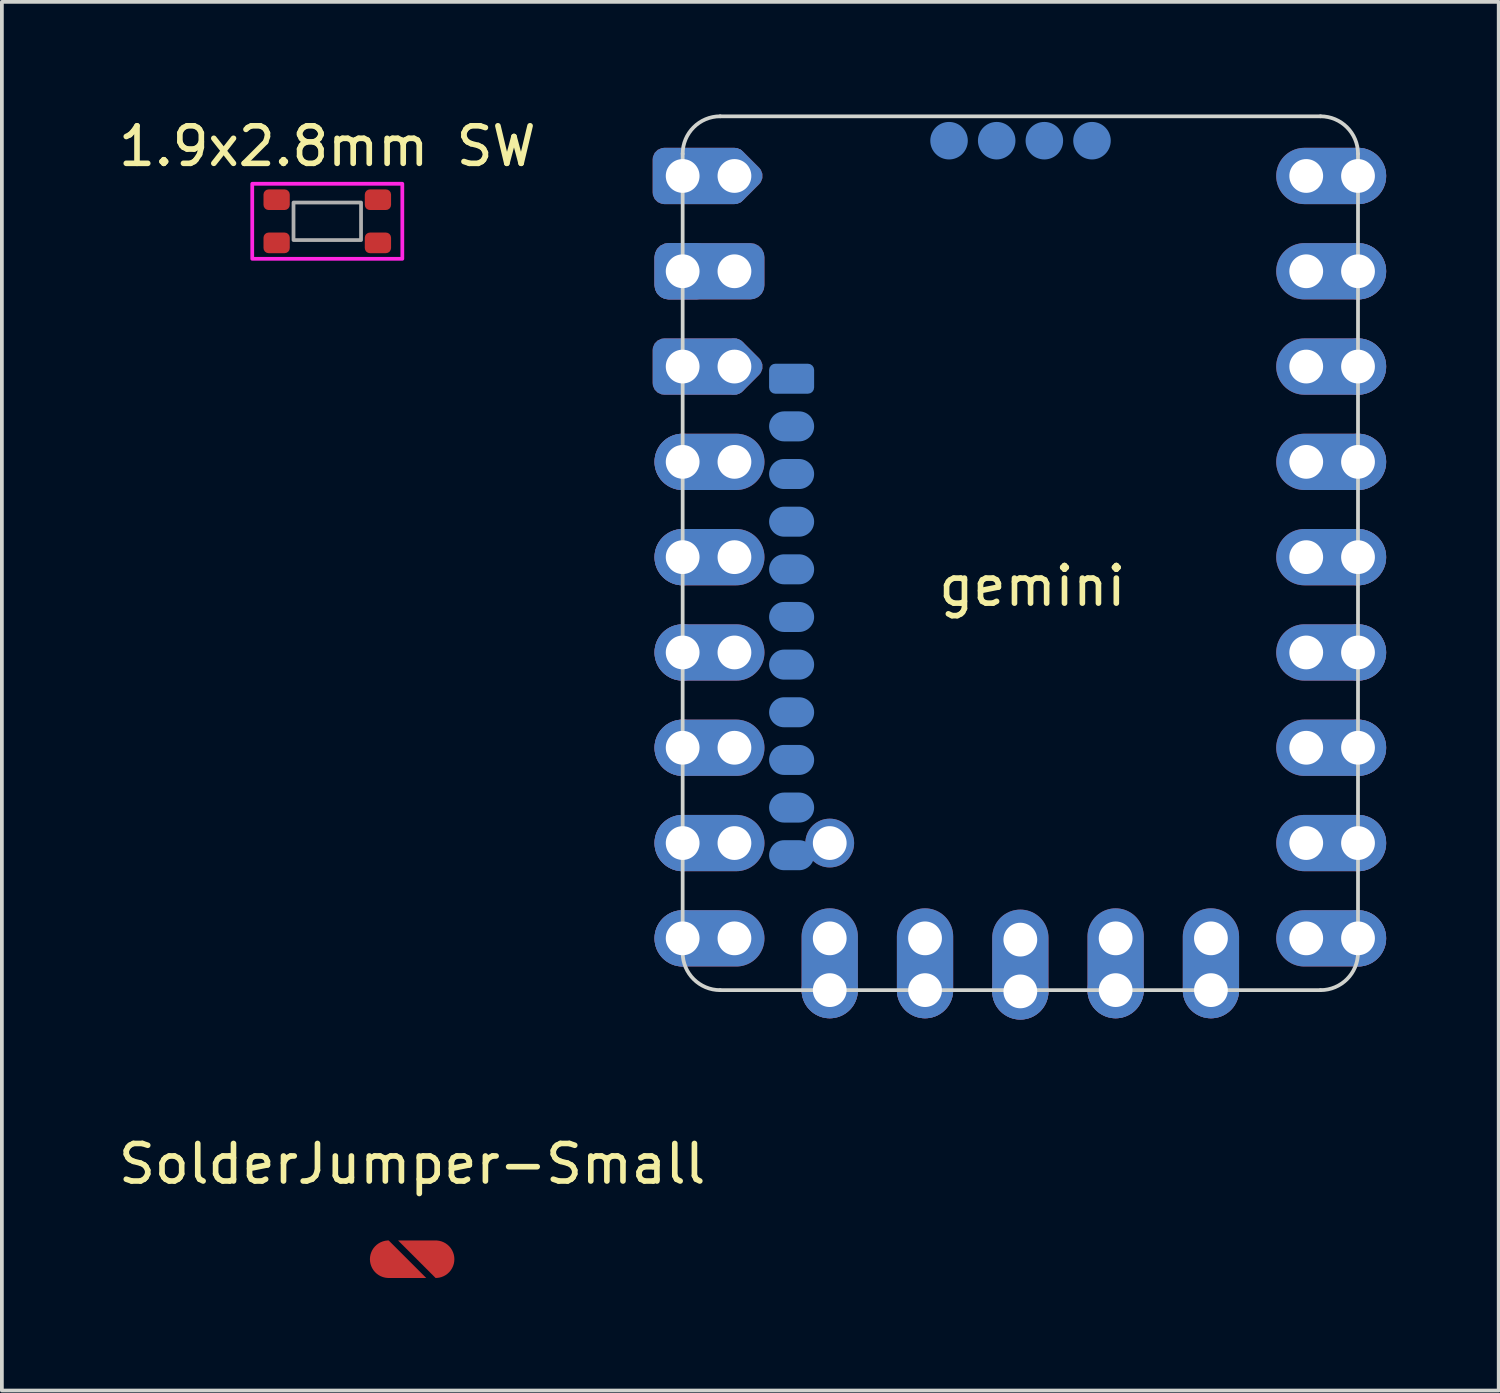
<source format=kicad_pcb>
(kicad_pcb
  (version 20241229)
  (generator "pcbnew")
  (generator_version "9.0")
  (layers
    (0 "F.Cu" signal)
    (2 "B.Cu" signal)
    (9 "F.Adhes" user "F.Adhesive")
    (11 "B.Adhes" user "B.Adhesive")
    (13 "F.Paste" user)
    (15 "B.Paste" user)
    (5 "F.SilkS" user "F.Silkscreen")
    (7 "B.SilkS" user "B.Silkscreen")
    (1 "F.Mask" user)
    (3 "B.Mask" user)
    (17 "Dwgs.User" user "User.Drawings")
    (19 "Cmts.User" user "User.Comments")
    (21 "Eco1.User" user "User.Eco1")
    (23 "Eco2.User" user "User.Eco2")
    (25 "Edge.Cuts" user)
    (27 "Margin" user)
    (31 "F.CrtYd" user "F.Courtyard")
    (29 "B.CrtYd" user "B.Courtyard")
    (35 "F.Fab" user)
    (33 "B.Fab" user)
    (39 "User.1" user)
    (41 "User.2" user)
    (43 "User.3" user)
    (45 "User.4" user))
  (footprint "1.9x2.8mm SW"
    (layer "F.Cu")
    (at 5.673 2.848)
    (property "Reference" "1.9x2.8mm SW" (at 0 -2 0) (unlocked yes) (layer "F.SilkS") (effects (font (size 1 1) (thickness 0.15))))
    (attr smd)
    (fp_rect (start -2 -1) (end 2 1) (stroke (width 0.1) (type solid)) (fill no) (layer "F.CrtYd"))
    (fp_rect (start -0.9 0.5) (end 0.9 -0.5) (stroke (width 0.1) (type solid)) (fill no) (layer "F.Fab"))
    (pad "1" smd roundrect (at -1.35 -0.575) (size 0.7 0.55) (layers "F.Cu" "F.Mask" "F.Paste") (roundrect_rratio 0.25))
    (pad "1" smd roundrect (at 1.35 -0.575) (size 0.7 0.55) (layers "F.Cu" "F.Mask" "F.Paste") (roundrect_rratio 0.25))
    (pad "2" smd roundrect (at -1.35 0.575) (size 0.7 0.55) (layers "F.Cu" "F.Mask" "F.Paste") (roundrect_rratio 0.25))
    (pad "2" smd roundrect (at 1.35 0.575) (size 0.7 0.55) (layers "F.Cu" "F.Mask" "F.Paste") (roundrect_rratio 0.25)))
  (footprint "SolderJumper-Small"
    (layer "F.Cu")
    (at 7.935 30.512)
    (property "Reference" "SolderJumper-Small" (at 0 -2.54 0) (layer "F.SilkS") (effects (font (size 1 1) (thickness 0.15))))
    (attr exclude_from_pos_files exclude_from_bom)
    (pad "1" smd custom (at -0.75 0) (size 0.5 0.5) (layers "F.Cu" "F.Mask") (options (anchor circle)) (primitives (gr_poly (pts (arc (start 0.125 -0.5) (mid -0.375 0) (end 0.125 0.5)) (xy 1.125 0.5)) (width 0) (fill yes))))
    (pad "2" smd custom (at 0.75 0) (size 0.5 0.5) (layers "F.Cu" "F.Mask") (options (anchor circle)) (primitives (gr_poly (pts (arc (start -0.125 0.5) (mid 0.375 0) (end -0.125 -0.5)) (xy -1.125 -0.5)) (width 0) (fill yes)))))
  (footprint "gemini"
    (layer "F.Cu")
    (at 24.145 13.18)
    (property "Reference" "gemini" (at 0.32 -0.61 0) (unlocked yes) (layer "F.SilkS") (effects (font (size 1 1) (thickness 0.15))))
    (attr through_hole exclude_from_pos_files exclude_from_bom)
    (fp_line (start -9 9.16) (end -9 -12.13) (stroke (width 0.1) (type default)) (layer "Edge.Cuts"))
    (fp_line (start -8 -13.13) (end 8 -13.13) (stroke (width 0.1) (type default)) (layer "Edge.Cuts"))
    (fp_line (start -8 10.16) (end 8 10.16) (stroke (width 0.1) (type default)) (layer "Edge.Cuts"))
    (fp_line (start 9 9.16) (end 9 -12.13) (stroke (width 0.1) (type default)) (layer "Edge.Cuts"))
    (fp_arc (start -9 -12.13) (mid -8.707107 -12.837107) (end -8 -13.13) (stroke (width 0.1) (type default)) (layer "Edge.Cuts"))
    (fp_arc (start -8 10.16) (mid -8.707107 9.867107) (end -9 9.16) (stroke (width 0.1) (type default)) (layer "Edge.Cuts"))
    (fp_arc (start 8 -13.13) (mid 8.707107 -12.837107) (end 9 -12.13) (stroke (width 0.1) (type default)) (layer "Edge.Cuts"))
    (fp_arc (start 9 9.16) (mid 8.707107 9.867107) (end 8 10.16) (stroke (width 0.1) (type default)) (layer "Edge.Cuts"))
    (pad "0" thru_hole oval (at 7.62 -11.54 180) (size 2.93 1.5) (drill 0.9 (offset -0.665 0)) (layers "*.Cu" "*.Mask"))
    (pad "0" thru_hole circle (at 9 -11.54) (size 1.5 1.5) (drill 0.9) (property pad_prop_castellated) (layers "*.Cu" "*.Mask"))
    (pad "1" thru_hole oval (at 7.62 -9 180) (size 2.93 1.5) (drill 0.9 (offset -0.665 0)) (layers "*.Cu" "*.Mask"))
    (pad "1" thru_hole circle (at 9 -9) (size 1.5 1.5) (drill 0.9) (property pad_prop_castellated) (layers "*.Cu" "*.Mask"))
    (pad "2" thru_hole oval (at 7.62 -6.46 180) (size 2.93 1.5) (drill 0.9 (offset -0.665 0)) (layers "*.Cu" "*.Mask"))
    (pad "2" thru_hole circle (at 9 -6.46) (size 1.5 1.5) (drill 0.9) (property pad_prop_castellated) (layers "*.Cu" "*.Mask"))
    (pad "3" thru_hole oval (at 7.62 -3.92 180) (size 2.93 1.5) (drill 0.9 (offset -0.665 0)) (layers "*.Cu" "*.Mask"))
    (pad "3" thru_hole circle (at 9 -3.92) (size 1.5 1.5) (drill 0.9) (property pad_prop_castellated) (layers "*.Cu" "*.Mask"))
    (pad "4" thru_hole oval (at 7.62 -1.38 180) (size 2.93 1.5) (drill 0.9 (offset -0.665 0)) (layers "*.Cu" "*.Mask"))
    (pad "4" thru_hole circle (at 9 -1.38) (size 1.5 1.5) (drill 0.9) (property pad_prop_castellated) (layers "*.Cu" "*.Mask"))
    (pad "5" thru_hole oval (at 7.62 1.16 180) (size 2.93 1.5) (drill 0.9 (offset -0.665 0)) (layers "*.Cu" "*.Mask"))
    (pad "5" thru_hole circle (at 9 1.16) (size 1.5 1.5) (drill 0.9) (property pad_prop_castellated) (layers "*.Cu" "*.Mask"))
    (pad "6" thru_hole oval (at 7.62 3.7 180) (size 2.93 1.5) (drill 0.9 (offset -0.665 0)) (layers "*.Cu" "*.Mask"))
    (pad "6" thru_hole circle (at 9 3.7) (size 1.5 1.5) (drill 0.9) (property pad_prop_castellated) (layers "*.Cu" "*.Mask"))
    (pad "7" thru_hole oval (at 7.62 6.24 180) (size 2.93 1.5) (drill 0.9 (offset -0.665 0)) (layers "*.Cu" "*.Mask"))
    (pad "7" thru_hole circle (at 9 6.24) (size 1.5 1.5) (drill 0.9) (property pad_prop_castellated) (layers "*.Cu" "*.Mask"))
    (pad "8" thru_hole oval (at 7.62 8.78 180) (size 2.93 1.5) (drill 0.9 (offset -0.665 0)) (layers "*.Cu" "*.Mask"))
    (pad "8" thru_hole circle (at 9 8.78) (size 1.5 1.5) (drill 0.9) (property pad_prop_castellated) (layers "*.Cu" "*.Mask"))
    (pad "9" thru_hole oval (at 5.08 8.78 90) (size 2.93 1.5) (drill 0.9 (offset -0.665 0)) (layers "*.Cu" "*.Mask"))
    (pad "9" thru_hole circle (at 5.08 10.16 270) (size 1.5 1.5) (drill 0.9) (property pad_prop_castellated) (layers "*.Cu" "*.Mask"))
    (pad "10" thru_hole oval (at 2.54 8.78 90) (size 2.93 1.5) (drill 0.9 (offset -0.665 0)) (layers "*.Cu" "*.Mask"))
    (pad "10" thru_hole circle (at 2.54 10.16 270) (size 1.5 1.5) (drill 0.9) (property pad_prop_castellated) (layers "*.Cu" "*.Mask"))
    (pad "11" thru_hole oval (at 0 8.814 90) (size 2.93 1.5) (drill 0.9 (offset -0.665 0)) (layers "*.Cu" "*.Mask"))
    (pad "11" thru_hole circle (at 0 10.194 270) (size 1.5 1.5) (drill 0.9) (property pad_prop_castellated) (layers "*.Cu" "*.Mask"))
    (pad "12" thru_hole oval (at -2.54 8.78 90) (size 2.93 1.5) (drill 0.9 (offset -0.665 0)) (layers "*.Cu" "*.Mask"))
    (pad "12" thru_hole circle (at -2.54 10.16 270) (size 1.5 1.5) (drill 0.9) (property pad_prop_castellated) (layers "*.Cu" "*.Mask"))
    (pad "13" thru_hole oval (at -5.08 8.78 90) (size 2.93 1.5) (drill 0.9 (offset -0.665 0)) (layers "*.Cu" "*.Mask"))
    (pad "13" thru_hole circle (at -5.08 10.16 270) (size 1.5 1.5) (drill 0.9) (property pad_prop_castellated) (layers "*.Cu" "*.Mask"))
    (pad "14" thru_hole circle (at -9 8.78 180) (size 1.5 1.5) (drill 0.9) (property pad_prop_castellated) (layers "*.Cu" "*.Mask"))
    (pad "14" thru_hole oval (at -7.62 8.78) (size 2.93 1.5) (drill 0.9 (offset -0.665 0)) (layers "*.Cu" "*.Mask"))
    (pad "15" thru_hole circle (at -9 6.24 180) (size 1.5 1.5) (drill 0.9) (property pad_prop_castellated) (layers "*.Cu" "*.Mask"))
    (pad "15" thru_hole oval (at -7.62 6.24) (size 2.93 1.5) (drill 0.9 (offset -0.665 0)) (layers "*.Cu" "*.Mask"))
    (pad "16" smd oval (at -6.096 6.564) (size 1.2 0.8) (layers "B.Cu" "B.Mask" "B.Paste"))
    (pad "16" thru_hole circle (at -5.08 6.24 270) (size 1.3 1.3) (drill 0.9) (property pad_prop_castellated) (layers "*.Cu" "*.Mask"))
    (pad "17" smd oval (at -6.096 5.294) (size 1.2 0.8) (layers "B.Cu" "B.Mask" "B.Paste"))
    (pad "18" smd oval (at -6.096 4.024) (size 1.2 0.8) (layers "B.Cu" "B.Mask" "B.Paste"))
    (pad "19" smd oval (at -6.096 2.754) (size 1.2 0.8) (layers "B.Cu" "B.Mask" "B.Paste"))
    (pad "20" smd oval (at -6.096 1.484) (size 1.2 0.8) (layers "B.Cu" "B.Mask" "B.Paste"))
    (pad "21" smd oval (at -6.096 0.214) (size 1.2 0.8) (layers "B.Cu" "B.Mask" "B.Paste"))
    (pad "22" smd oval (at -6.096 -1.056) (size 1.2 0.8) (layers "B.Cu" "B.Mask" "B.Paste"))
    (pad "23" smd oval (at -6.096 -2.326) (size 1.2 0.8) (layers "B.Cu" "B.Mask" "B.Paste"))
    (pad "24" smd oval (at -6.096 -3.596) (size 1.2 0.8) (layers "B.Cu" "B.Mask" "B.Paste"))
    (pad "25" smd oval (at -6.096 -4.866) (size 1.2 0.8) (layers "B.Cu" "B.Mask" "B.Paste"))
    (pad "26" thru_hole circle (at -9 3.7 180) (size 1.5 1.5) (drill 0.9) (property pad_prop_castellated) (layers "*.Cu" "*.Mask"))
    (pad "26" thru_hole oval (at -7.62 3.7) (size 2.93 1.5) (drill 0.9 (offset -0.665 0)) (layers "*.Cu" "*.Mask"))
    (pad "27" thru_hole circle (at -9 1.16 180) (size 1.5 1.5) (drill 0.9) (property pad_prop_castellated) (layers "*.Cu" "*.Mask"))
    (pad "27" thru_hole oval (at -7.62 1.16) (size 2.93 1.5) (drill 0.9 (offset -0.665 0)) (layers "*.Cu" "*.Mask"))
    (pad "28" thru_hole circle (at -9 -1.38 180) (size 1.5 1.5) (drill 0.9) (property pad_prop_castellated) (layers "*.Cu" "*.Mask"))
    (pad "28" thru_hole oval (at -7.62 -1.38) (size 2.93 1.5) (drill 0.9 (offset -0.665 0)) (layers "*.Cu" "*.Mask"))
    (pad "29" thru_hole circle (at -9 -3.92 180) (size 1.5 1.5) (drill 0.9) (property pad_prop_castellated) (layers "*.Cu" "*.Mask"))
    (pad "29" thru_hole oval (at -7.62 -3.92) (size 2.93 1.5) (drill 0.9 (offset -0.665 0)) (layers "*.Cu" "*.Mask"))
    (pad "30" thru_hole roundrect (at -9 -6.46 180) (size 2.487 1.5) (drill 0.9 (offset -0.444 0)) (property pad_prop_castellated) (layers "*.Cu" "*.Mask") (roundrect_rratio 0.206))
    (pad "30" thru_hole roundrect (at -7.62 -6.46 315) (size 1.242 1.242) (drill 0.9) (layers "*.Cu" "*.Mask") (roundrect_rratio 0.25))
    (pad "31" thru_hole roundrect (at -9 -9 180) (size 1.5 1.5) (drill 0.9) (property pad_prop_castellated) (layers "*.Cu" "*.Mask") (roundrect_rratio 0.25))
    (pad "31" thru_hole roundrect (at -7.62 -9) (size 2.93 1.5) (drill 0.9 (offset -0.665 0)) (layers "*.Cu" "*.Mask") (roundrect_rratio 0.25))
    (pad "31" smd roundrect (at -6.096 -6.136) (size 1.2 0.8) (layers "B.Cu" "B.Mask" "B.Paste") (roundrect_rratio 0.208))
    (pad "31" smd circle (at -1.9 -12.48) (size 1 1) (layers "B.Cu" "B.Mask" "B.Paste"))
    (pad "32" thru_hole roundrect (at -9 -11.54 180) (size 2.487 1.5) (drill 0.9 (offset -0.444 0)) (property pad_prop_castellated) (layers "*.Cu" "*.Mask") (roundrect_rratio 0.206))
    (pad "32" thru_hole roundrect (at -7.62 -11.54 315) (size 1.242 1.242) (drill 0.9) (layers "*.Cu" "*.Mask") (roundrect_rratio 0.25))
    (pad "33" smd circle (at -0.63 -12.48) (size 1 1) (layers "B.Cu" "B.Mask" "B.Paste"))
    (pad "34" smd circle (at 0.64 -12.48) (size 1 1) (layers "B.Cu" "B.Mask" "B.Paste"))
    (pad "35" smd circle (at 1.91 -12.48) (size 1 1) (layers "B.Cu" "B.Mask" "B.Paste")))
  (gr_rect
    (start -3 -3)
    (end 36.895 34.012)
    (stroke (width 0.1) (type default))
    (fill no)
    (layer "Edge.Cuts")))
</source>
